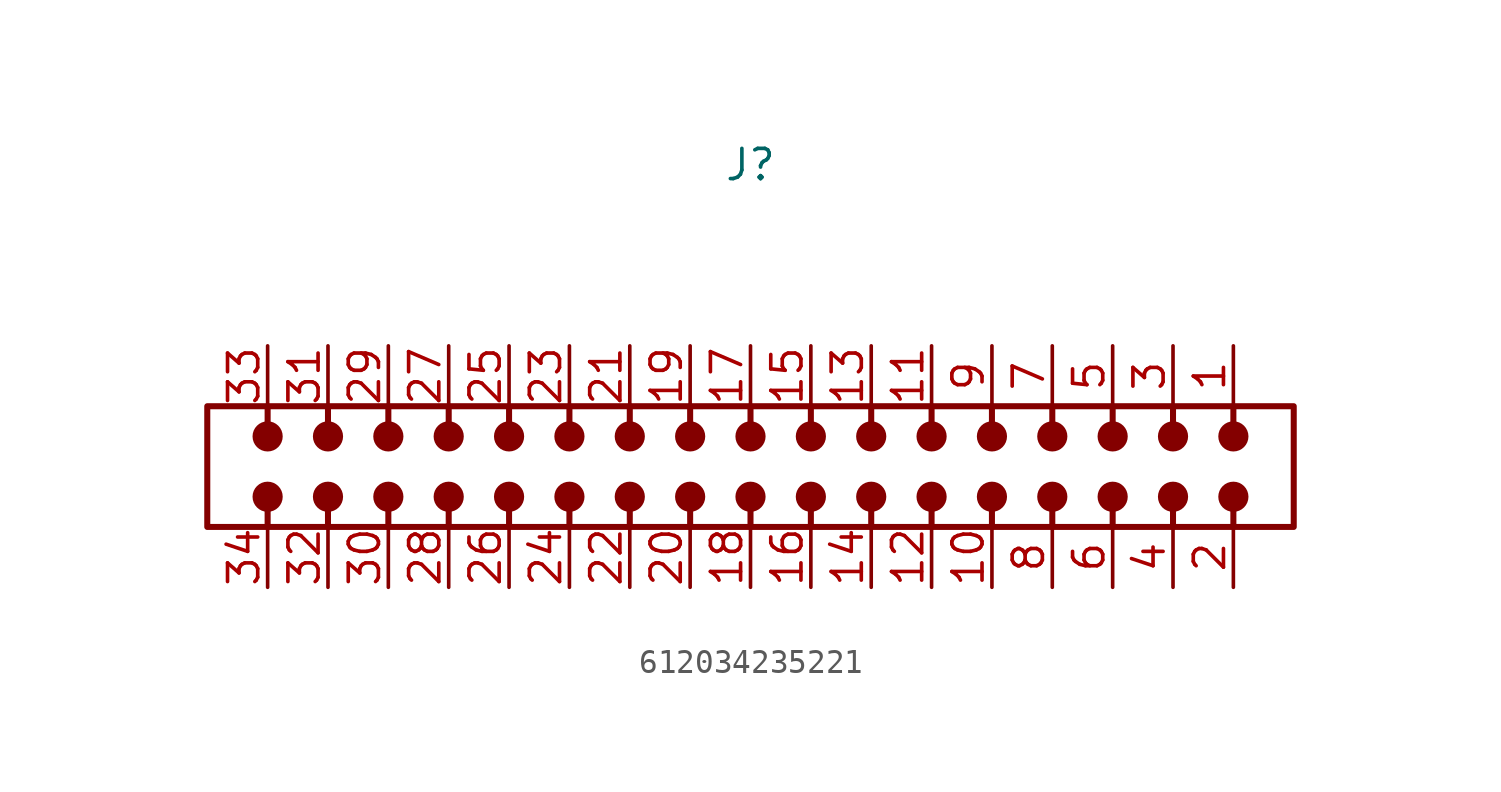
<source format=kicad_sym>
(kicad_symbol_lib
  (version 20241209)
  (generator "kicad_symbol_editor")
  (generator_version "9.0")
  (symbol "612034235221"
    (pin_names
      (hide yes))
    (property "Reference" "J"
      (at 0 12.7 0)
      (effects (font (size 1.27 1.27))))
    (symbol "612034235221_1_1"
      (rectangle (start -22.86 2.54) (end 22.86 -2.54) (stroke (width 0.254) (type solid)) (fill (type none)))
      (polyline (pts (xy -20.32 1.778) (xy -20.32 2.54)) (stroke (width 0.254) (type solid)) (fill (type none)))
      (circle (center -20.32 1.27) (radius 0.508) (stroke (width 0.254) (type solid)) (fill (type outline)))
      (circle (center -20.32 -1.27) (radius 0.508) (stroke (width 0.254) (type solid)) (fill (type outline)))
      (polyline (pts (xy -20.32 -1.778) (xy -20.32 -2.54)) (stroke (width 0.254) (type solid)) (fill (type none)))
      (polyline (pts (xy -17.78 1.778) (xy -17.78 2.54)) (stroke (width 0.254) (type solid)) (fill (type none)))
      (circle (center -17.78 1.27) (radius 0.508) (stroke (width 0.254) (type solid)) (fill (type outline)))
      (circle (center -17.78 -1.27) (radius 0.508) (stroke (width 0.254) (type solid)) (fill (type outline)))
      (polyline (pts (xy -17.78 -1.778) (xy -17.78 -2.54)) (stroke (width 0.254) (type solid)) (fill (type none)))
      (polyline (pts (xy -15.24 1.778) (xy -15.24 2.54)) (stroke (width 0.254) (type solid)) (fill (type none)))
      (circle (center -15.24 1.27) (radius 0.508) (stroke (width 0.254) (type solid)) (fill (type outline)))
      (circle (center -15.24 -1.27) (radius 0.508) (stroke (width 0.254) (type solid)) (fill (type outline)))
      (polyline (pts (xy -15.24 -1.778) (xy -15.24 -2.54)) (stroke (width 0.254) (type solid)) (fill (type none)))
      (polyline (pts (xy -12.7 1.778) (xy -12.7 2.54)) (stroke (width 0.254) (type solid)) (fill (type none)))
      (circle (center -12.7 1.27) (radius 0.508) (stroke (width 0.254) (type solid)) (fill (type outline)))
      (circle (center -12.7 -1.27) (radius 0.508) (stroke (width 0.254) (type solid)) (fill (type outline)))
      (polyline (pts (xy -12.7 -1.778) (xy -12.7 -2.54)) (stroke (width 0.254) (type solid)) (fill (type none)))
      (polyline (pts (xy -10.16 1.778) (xy -10.16 2.54)) (stroke (width 0.254) (type solid)) (fill (type none)))
      (circle (center -10.16 1.27) (radius 0.508) (stroke (width 0.254) (type solid)) (fill (type outline)))
      (circle (center -10.16 -1.27) (radius 0.508) (stroke (width 0.254) (type solid)) (fill (type outline)))
      (polyline (pts (xy -10.16 -1.778) (xy -10.16 -2.54)) (stroke (width 0.254) (type solid)) (fill (type none)))
      (polyline (pts (xy -7.62 1.778) (xy -7.62 2.54)) (stroke (width 0.254) (type solid)) (fill (type none)))
      (circle (center -7.62 1.27) (radius 0.508) (stroke (width 0.254) (type solid)) (fill (type outline)))
      (circle (center -7.62 -1.27) (radius 0.508) (stroke (width 0.254) (type solid)) (fill (type outline)))
      (polyline (pts (xy -7.62 -1.778) (xy -7.62 -2.54)) (stroke (width 0.254) (type solid)) (fill (type none)))
      (polyline (pts (xy -5.08 1.778) (xy -5.08 2.54)) (stroke (width 0.254) (type solid)) (fill (type none)))
      (circle (center -5.08 1.27) (radius 0.508) (stroke (width 0.254) (type solid)) (fill (type outline)))
      (circle (center -5.08 -1.27) (radius 0.508) (stroke (width 0.254) (type solid)) (fill (type outline)))
      (polyline (pts (xy -5.08 -1.778) (xy -5.08 -2.54)) (stroke (width 0.254) (type solid)) (fill (type none)))
      (polyline (pts (xy -2.54 1.778) (xy -2.54 2.54)) (stroke (width 0.254) (type solid)) (fill (type none)))
      (circle (center -2.54 1.27) (radius 0.508) (stroke (width 0.254) (type solid)) (fill (type outline)))
      (circle (center -2.54 -1.27) (radius 0.508) (stroke (width 0.254) (type solid)) (fill (type outline)))
      (polyline (pts (xy -2.54 -1.778) (xy -2.54 -2.54)) (stroke (width 0.254) (type solid)) (fill (type none)))
      (polyline (pts (xy 0 1.778) (xy 0 2.54)) (stroke (width 0.254) (type solid)) (fill (type none)))
      (circle (center 0 1.27) (radius 0.508) (stroke (width 0.254) (type solid)) (fill (type outline)))
      (circle (center 0 -1.27) (radius 0.508) (stroke (width 0.254) (type solid)) (fill (type outline)))
      (polyline (pts (xy 0 -1.778) (xy 0 -2.54)) (stroke (width 0.254) (type solid)) (fill (type none)))
      (polyline (pts (xy 2.54 1.778) (xy 2.54 2.54)) (stroke (width 0.254) (type solid)) (fill (type none)))
      (circle (center 2.54 1.27) (radius 0.508) (stroke (width 0.254) (type solid)) (fill (type outline)))
      (circle (center 2.54 -1.27) (radius 0.508) (stroke (width 0.254) (type solid)) (fill (type outline)))
      (polyline (pts (xy 2.54 -1.778) (xy 2.54 -2.54)) (stroke (width 0.254) (type solid)) (fill (type none)))
      (polyline (pts (xy 5.08 1.778) (xy 5.08 2.54)) (stroke (width 0.254) (type solid)) (fill (type none)))
      (circle (center 5.08 1.27) (radius 0.508) (stroke (width 0.254) (type solid)) (fill (type outline)))
      (circle (center 5.08 -1.27) (radius 0.508) (stroke (width 0.254) (type solid)) (fill (type outline)))
      (polyline (pts (xy 5.08 -1.778) (xy 5.08 -2.54)) (stroke (width 0.254) (type solid)) (fill (type none)))
      (polyline (pts (xy 7.62 1.778) (xy 7.62 2.54)) (stroke (width 0.254) (type solid)) (fill (type none)))
      (circle (center 7.62 1.27) (radius 0.508) (stroke (width 0.254) (type solid)) (fill (type outline)))
      (circle (center 7.62 -1.27) (radius 0.508) (stroke (width 0.254) (type solid)) (fill (type outline)))
      (polyline (pts (xy 7.62 -1.778) (xy 7.62 -2.54)) (stroke (width 0.254) (type solid)) (fill (type none)))
      (polyline (pts (xy 10.16 1.778) (xy 10.16 2.54)) (stroke (width 0.254) (type solid)) (fill (type none)))
      (circle (center 10.16 1.27) (radius 0.508) (stroke (width 0.254) (type solid)) (fill (type outline)))
      (circle (center 10.16 -1.27) (radius 0.508) (stroke (width 0.254) (type solid)) (fill (type outline)))
      (polyline (pts (xy 10.16 -1.778) (xy 10.16 -2.54)) (stroke (width 0.254) (type solid)) (fill (type none)))
      (polyline (pts (xy 12.7 1.778) (xy 12.7 2.54)) (stroke (width 0.254) (type solid)) (fill (type none)))
      (circle (center 12.7 1.27) (radius 0.508) (stroke (width 0.254) (type solid)) (fill (type outline)))
      (circle (center 12.7 -1.27) (radius 0.508) (stroke (width 0.254) (type solid)) (fill (type outline)))
      (polyline (pts (xy 12.7 -1.778) (xy 12.7 -2.54)) (stroke (width 0.254) (type solid)) (fill (type none)))
      (polyline (pts (xy 15.24 1.778) (xy 15.24 2.54)) (stroke (width 0.254) (type solid)) (fill (type none)))
      (circle (center 15.24 1.27) (radius 0.508) (stroke (width 0.254) (type solid)) (fill (type outline)))
      (circle (center 15.24 -1.27) (radius 0.508) (stroke (width 0.254) (type solid)) (fill (type outline)))
      (polyline (pts (xy 15.24 -1.778) (xy 15.24 -2.54)) (stroke (width 0.254) (type solid)) (fill (type none)))
      (polyline (pts (xy 17.78 1.778) (xy 17.78 2.54)) (stroke (width 0.254) (type solid)) (fill (type none)))
      (circle (center 17.78 1.27) (radius 0.508) (stroke (width 0.254) (type solid)) (fill (type outline)))
      (circle (center 17.78 -1.27) (radius 0.508) (stroke (width 0.254) (type solid)) (fill (type outline)))
      (polyline (pts (xy 17.78 -1.778) (xy 17.78 -2.54)) (stroke (width 0.254) (type solid)) (fill (type none)))
      (polyline (pts (xy 20.32 1.778) (xy 20.32 2.54)) (stroke (width 0.254) (type solid)) (fill (type none)))
      (circle (center 20.32 1.27) (radius 0.508) (stroke (width 0.254) (type solid)) (fill (type outline)))
      (circle (center 20.32 -1.27) (radius 0.508) (stroke (width 0.254) (type solid)) (fill (type outline)))
      (polyline (pts (xy 20.32 -1.778) (xy 20.32 -2.54)) (stroke (width 0.254) (type solid)) (fill (type none)))
      (pin passive line (at -20.32 5.08 270) (length 2.54) (name "33" (effects (font (size 1.27 1.27)))) (number "33" (effects (font (size 1.27 1.27)))))
      (pin passive line (at -20.32 -5.08 90) (length 2.54) (name "34" (effects (font (size 1.27 1.27)))) (number "34" (effects (font (size 1.27 1.27)))))
      (pin passive line (at -17.78 5.08 270) (length 2.54) (name "31" (effects (font (size 1.27 1.27)))) (number "31" (effects (font (size 1.27 1.27)))))
      (pin passive line (at -17.78 -5.08 90) (length 2.54) (name "32" (effects (font (size 1.27 1.27)))) (number "32" (effects (font (size 1.27 1.27)))))
      (pin passive line (at -15.24 5.08 270) (length 2.54) (name "29" (effects (font (size 1.27 1.27)))) (number "29" (effects (font (size 1.27 1.27)))))
      (pin passive line (at -15.24 -5.08 90) (length 2.54) (name "30" (effects (font (size 1.27 1.27)))) (number "30" (effects (font (size 1.27 1.27)))))
      (pin passive line (at -12.7 5.08 270) (length 2.54) (name "27" (effects (font (size 1.27 1.27)))) (number "27" (effects (font (size 1.27 1.27)))))
      (pin passive line (at -12.7 -5.08 90) (length 2.54) (name "28" (effects (font (size 1.27 1.27)))) (number "28" (effects (font (size 1.27 1.27)))))
      (pin passive line (at -10.16 5.08 270) (length 2.54) (name "25" (effects (font (size 1.27 1.27)))) (number "25" (effects (font (size 1.27 1.27)))))
      (pin passive line (at -10.16 -5.08 90) (length 2.54) (name "26" (effects (font (size 1.27 1.27)))) (number "26" (effects (font (size 1.27 1.27)))))
      (pin passive line (at -7.62 5.08 270) (length 2.54) (name "23" (effects (font (size 1.27 1.27)))) (number "23" (effects (font (size 1.27 1.27)))))
      (pin passive line (at -7.62 -5.08 90) (length 2.54) (name "24" (effects (font (size 1.27 1.27)))) (number "24" (effects (font (size 1.27 1.27)))))
      (pin passive line (at -5.08 5.08 270) (length 2.54) (name "21" (effects (font (size 1.27 1.27)))) (number "21" (effects (font (size 1.27 1.27)))))
      (pin passive line (at -5.08 -5.08 90) (length 2.54) (name "22" (effects (font (size 1.27 1.27)))) (number "22" (effects (font (size 1.27 1.27)))))
      (pin passive line (at -2.54 5.08 270) (length 2.54) (name "19" (effects (font (size 1.27 1.27)))) (number "19" (effects (font (size 1.27 1.27)))))
      (pin passive line (at -2.54 -5.08 90) (length 2.54) (name "20" (effects (font (size 1.27 1.27)))) (number "20" (effects (font (size 1.27 1.27)))))
      (pin passive line (at 0 5.08 270) (length 2.54) (name "17" (effects (font (size 1.27 1.27)))) (number "17" (effects (font (size 1.27 1.27)))))
      (pin passive line (at 0 -5.08 90) (length 2.54) (name "18" (effects (font (size 1.27 1.27)))) (number "18" (effects (font (size 1.27 1.27)))))
      (pin passive line (at 2.54 5.08 270) (length 2.54) (name "15" (effects (font (size 1.27 1.27)))) (number "15" (effects (font (size 1.27 1.27)))))
      (pin passive line (at 2.54 -5.08 90) (length 2.54) (name "16" (effects (font (size 1.27 1.27)))) (number "16" (effects (font (size 1.27 1.27)))))
      (pin passive line (at 5.08 5.08 270) (length 2.54) (name "13" (effects (font (size 1.27 1.27)))) (number "13" (effects (font (size 1.27 1.27)))))
      (pin passive line (at 5.08 -5.08 90) (length 2.54) (name "14" (effects (font (size 1.27 1.27)))) (number "14" (effects (font (size 1.27 1.27)))))
      (pin passive line (at 7.62 5.08 270) (length 2.54) (name "11" (effects (font (size 1.27 1.27)))) (number "11" (effects (font (size 1.27 1.27)))))
      (pin passive line (at 7.62 -5.08 90) (length 2.54) (name "12" (effects (font (size 1.27 1.27)))) (number "12" (effects (font (size 1.27 1.27)))))
      (pin passive line (at 10.16 5.08 270) (length 2.54) (name "9" (effects (font (size 1.27 1.27)))) (number "9" (effects (font (size 1.27 1.27)))))
      (pin passive line (at 10.16 -5.08 90) (length 2.54) (name "10" (effects (font (size 1.27 1.27)))) (number "10" (effects (font (size 1.27 1.27)))))
      (pin passive line (at 12.7 5.08 270) (length 2.54) (name "7" (effects (font (size 1.27 1.27)))) (number "7" (effects (font (size 1.27 1.27)))))
      (pin passive line (at 12.7 -5.08 90) (length 2.54) (name "8" (effects (font (size 1.27 1.27)))) (number "8" (effects (font (size 1.27 1.27)))))
      (pin passive line (at 15.24 5.08 270) (length 2.54) (name "5" (effects (font (size 1.27 1.27)))) (number "5" (effects (font (size 1.27 1.27)))))
      (pin passive line (at 15.24 -5.08 90) (length 2.54) (name "6" (effects (font (size 1.27 1.27)))) (number "6" (effects (font (size 1.27 1.27)))))
      (pin passive line (at 17.78 5.08 270) (length 2.54) (name "3" (effects (font (size 1.27 1.27)))) (number "3" (effects (font (size 1.27 1.27)))))
      (pin passive line (at 17.78 -5.08 90) (length 2.54) (name "4" (effects (font (size 1.27 1.27)))) (number "4" (effects (font (size 1.27 1.27)))))
      (pin passive line (at 20.32 5.08 270) (length 2.54) (name "1" (effects (font (size 1.27 1.27)))) (number "1" (effects (font (size 1.27 1.27)))))
      (pin passive line (at 20.32 -5.08 90) (length 2.54) (name "2" (effects (font (size 1.27 1.27)))) (number "2" (effects (font (size 1.27 1.27))))))))
</source>
